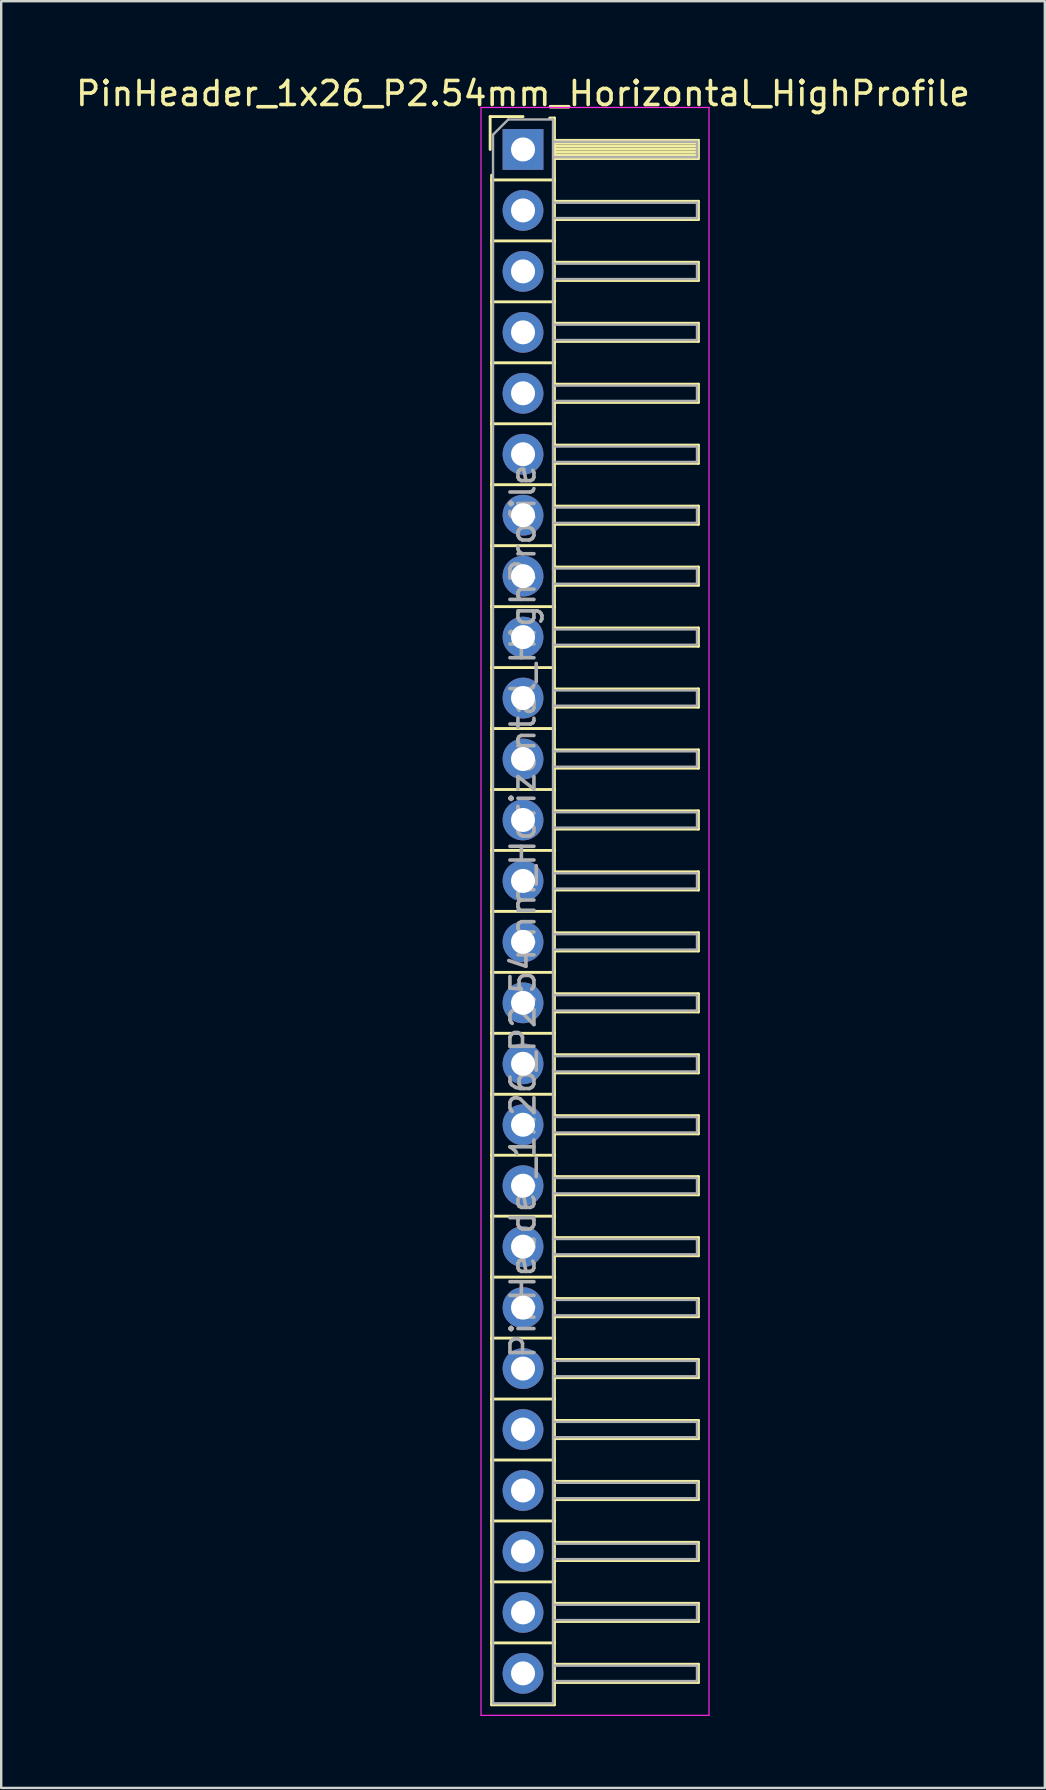
<source format=kicad_pcb>
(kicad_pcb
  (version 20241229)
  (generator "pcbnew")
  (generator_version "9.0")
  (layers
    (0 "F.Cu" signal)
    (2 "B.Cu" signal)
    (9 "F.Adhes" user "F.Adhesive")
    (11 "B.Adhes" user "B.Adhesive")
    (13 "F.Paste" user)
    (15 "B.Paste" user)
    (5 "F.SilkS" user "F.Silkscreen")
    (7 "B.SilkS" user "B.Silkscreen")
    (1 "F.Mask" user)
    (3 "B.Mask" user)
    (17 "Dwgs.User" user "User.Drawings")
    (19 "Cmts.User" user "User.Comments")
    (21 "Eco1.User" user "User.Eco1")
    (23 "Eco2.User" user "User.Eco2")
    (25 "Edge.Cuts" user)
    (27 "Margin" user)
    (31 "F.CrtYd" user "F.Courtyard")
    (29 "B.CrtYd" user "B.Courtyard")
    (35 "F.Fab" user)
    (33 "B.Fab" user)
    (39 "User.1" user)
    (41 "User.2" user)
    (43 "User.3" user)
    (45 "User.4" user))
  (footprint "PinHeader_1x26_P2.54mm_Horizontal_HighProfile"
    (layer "F.Cu")
    (at 18.744 3.178)
    (property "Reference" "PinHeader_1x26_P2.54mm_Horizontal_HighProfile" (at 0 -2.33 0) (layer "F.SilkS") (effects (font (size 1 1) (thickness 0.15))))
    (attr through_hole)
    (fp_line (start -1.37 -1.37) (end -1.37 0) (stroke (width 0.12) (type solid)) (layer "F.SilkS"))
    (fp_line (start -1.37 -1.37) (end 0 -1.37) (stroke (width 0.12) (type solid)) (layer "F.SilkS"))
    (fp_line (start -1.31 1.27) (end -1.31 1.07) (stroke (width 0.12) (type solid)) (layer "F.SilkS"))
    (fp_line (start -1.31 1.27) (end -1.31 3.81) (stroke (width 0.12) (type solid)) (layer "F.SilkS"))
    (fp_line (start -1.31 1.27) (end 1.31 1.27) (stroke (width 0.12) (type solid)) (layer "F.SilkS"))
    (fp_line (start -1.31 3.81) (end -1.31 6.35) (stroke (width 0.12) (type solid)) (layer "F.SilkS"))
    (fp_line (start -1.31 3.81) (end 1.31 3.81) (stroke (width 0.12) (type solid)) (layer "F.SilkS"))
    (fp_line (start -1.31 6.35) (end -1.31 8.89) (stroke (width 0.12) (type solid)) (layer "F.SilkS"))
    (fp_line (start -1.31 6.35) (end 1.31 6.35) (stroke (width 0.12) (type solid)) (layer "F.SilkS"))
    (fp_line (start -1.31 8.89) (end -1.31 11.43) (stroke (width 0.12) (type solid)) (layer "F.SilkS"))
    (fp_line (start -1.31 8.89) (end 1.31 8.89) (stroke (width 0.12) (type solid)) (layer "F.SilkS"))
    (fp_line (start -1.31 11.43) (end -1.31 13.97) (stroke (width 0.12) (type solid)) (layer "F.SilkS"))
    (fp_line (start -1.31 11.43) (end 1.31 11.43) (stroke (width 0.12) (type solid)) (layer "F.SilkS"))
    (fp_line (start -1.31 13.97) (end -1.31 16.51) (stroke (width 0.12) (type solid)) (layer "F.SilkS"))
    (fp_line (start -1.31 13.97) (end 1.31 13.97) (stroke (width 0.12) (type solid)) (layer "F.SilkS"))
    (fp_line (start -1.31 16.51) (end -1.31 19.05) (stroke (width 0.12) (type solid)) (layer "F.SilkS"))
    (fp_line (start -1.31 16.51) (end 1.31 16.51) (stroke (width 0.12) (type solid)) (layer "F.SilkS"))
    (fp_line (start -1.31 19.05) (end -1.31 21.59) (stroke (width 0.12) (type solid)) (layer "F.SilkS"))
    (fp_line (start -1.31 19.05) (end 1.31 19.05) (stroke (width 0.12) (type solid)) (layer "F.SilkS"))
    (fp_line (start -1.31 21.59) (end -1.31 24.13) (stroke (width 0.12) (type solid)) (layer "F.SilkS"))
    (fp_line (start -1.31 21.59) (end 1.31 21.59) (stroke (width 0.12) (type solid)) (layer "F.SilkS"))
    (fp_line (start -1.31 24.13) (end -1.31 26.67) (stroke (width 0.12) (type solid)) (layer "F.SilkS"))
    (fp_line (start -1.31 24.13) (end 1.31 24.13) (stroke (width 0.12) (type solid)) (layer "F.SilkS"))
    (fp_line (start -1.31 26.67) (end -1.31 29.21) (stroke (width 0.12) (type solid)) (layer "F.SilkS"))
    (fp_line (start -1.31 26.67) (end 1.31 26.67) (stroke (width 0.12) (type solid)) (layer "F.SilkS"))
    (fp_line (start -1.31 29.21) (end -1.31 31.75) (stroke (width 0.12) (type solid)) (layer "F.SilkS"))
    (fp_line (start -1.31 29.21) (end 1.31 29.21) (stroke (width 0.12) (type solid)) (layer "F.SilkS"))
    (fp_line (start -1.31 31.75) (end -1.31 34.29) (stroke (width 0.12) (type solid)) (layer "F.SilkS"))
    (fp_line (start -1.31 31.75) (end 1.31 31.75) (stroke (width 0.12) (type solid)) (layer "F.SilkS"))
    (fp_line (start -1.31 34.29) (end -1.31 36.83) (stroke (width 0.12) (type solid)) (layer "F.SilkS"))
    (fp_line (start -1.31 34.29) (end 1.31 34.29) (stroke (width 0.12) (type solid)) (layer "F.SilkS"))
    (fp_line (start -1.31 36.83) (end -1.31 39.37) (stroke (width 0.12) (type solid)) (layer "F.SilkS"))
    (fp_line (start -1.31 36.83) (end 1.31 36.83) (stroke (width 0.12) (type solid)) (layer "F.SilkS"))
    (fp_line (start -1.31 39.37) (end -1.31 41.91) (stroke (width 0.12) (type solid)) (layer "F.SilkS"))
    (fp_line (start -1.31 39.37) (end 1.31 39.37) (stroke (width 0.12) (type solid)) (layer "F.SilkS"))
    (fp_line (start -1.31 41.91) (end -1.31 44.45) (stroke (width 0.12) (type solid)) (layer "F.SilkS"))
    (fp_line (start -1.31 41.91) (end 1.31 41.91) (stroke (width 0.12) (type solid)) (layer "F.SilkS"))
    (fp_line (start -1.31 44.45) (end -1.31 46.99) (stroke (width 0.12) (type solid)) (layer "F.SilkS"))
    (fp_line (start -1.31 44.45) (end 1.31 44.45) (stroke (width 0.12) (type solid)) (layer "F.SilkS"))
    (fp_line (start -1.31 46.99) (end -1.31 49.53) (stroke (width 0.12) (type solid)) (layer "F.SilkS"))
    (fp_line (start -1.31 46.99) (end 1.31 46.99) (stroke (width 0.12) (type solid)) (layer "F.SilkS"))
    (fp_line (start -1.31 49.53) (end -1.31 52.07) (stroke (width 0.12) (type solid)) (layer "F.SilkS"))
    (fp_line (start -1.31 49.53) (end 1.31 49.53) (stroke (width 0.12) (type solid)) (layer "F.SilkS"))
    (fp_line (start -1.31 52.07) (end -1.31 54.61) (stroke (width 0.12) (type solid)) (layer "F.SilkS"))
    (fp_line (start -1.31 52.07) (end 1.31 52.07) (stroke (width 0.12) (type solid)) (layer "F.SilkS"))
    (fp_line (start -1.31 54.61) (end -1.31 57.15) (stroke (width 0.12) (type solid)) (layer "F.SilkS"))
    (fp_line (start -1.31 54.61) (end 1.31 54.61) (stroke (width 0.12) (type solid)) (layer "F.SilkS"))
    (fp_line (start -1.31 57.15) (end -1.31 59.69) (stroke (width 0.12) (type solid)) (layer "F.SilkS"))
    (fp_line (start -1.31 57.15) (end 1.31 57.15) (stroke (width 0.12) (type solid)) (layer "F.SilkS"))
    (fp_line (start -1.31 59.69) (end -1.31 62.23) (stroke (width 0.12) (type solid)) (layer "F.SilkS"))
    (fp_line (start -1.31 59.69) (end 1.31 59.69) (stroke (width 0.12) (type solid)) (layer "F.SilkS"))
    (fp_line (start -1.31 62.23) (end -1.31 64.81) (stroke (width 0.12) (type solid)) (layer "F.SilkS"))
    (fp_line (start -1.31 62.23) (end 1.31 62.23) (stroke (width 0.12) (type solid)) (layer "F.SilkS"))
    (fp_line (start -1.31 64.81) (end 1.31 64.81) (stroke (width 0.12) (type solid)) (layer "F.SilkS"))
    (fp_line (start 1.11 -1.31) (end 1.31 -1.31) (stroke (width 0.12) (type solid)) (layer "F.SilkS"))
    (fp_line (start 1.31 -1.31) (end 1.31 1.31) (stroke (width 0.12) (type solid)) (layer "F.SilkS"))
    (fp_line (start 1.31 -0.38) (end 7.31 -0.38) (stroke (width 0.12) (type solid)) (layer "F.SilkS"))
    (fp_line (start 1.31 -0.26) (end 7.31 -0.26) (stroke (width 0.12) (type solid)) (layer "F.SilkS"))
    (fp_line (start 1.31 -0.14) (end 7.31 -0.14) (stroke (width 0.12) (type solid)) (layer "F.SilkS"))
    (fp_line (start 1.31 -0.02) (end 7.31 -0.02) (stroke (width 0.12) (type solid)) (layer "F.SilkS"))
    (fp_line (start 1.31 0.1) (end 7.31 0.1) (stroke (width 0.12) (type solid)) (layer "F.SilkS"))
    (fp_line (start 1.31 0.22) (end 7.31 0.22) (stroke (width 0.12) (type solid)) (layer "F.SilkS"))
    (fp_line (start 1.31 0.34) (end 7.31 0.34) (stroke (width 0.12) (type solid)) (layer "F.SilkS"))
    (fp_line (start 1.31 0.38) (end 7.31 0.38) (stroke (width 0.12) (type solid)) (layer "F.SilkS"))
    (fp_line (start 1.31 1.27) (end 1.31 3.81) (stroke (width 0.12) (type solid)) (layer "F.SilkS"))
    (fp_line (start 1.31 2.16) (end 7.31 2.16) (stroke (width 0.12) (type solid)) (layer "F.SilkS"))
    (fp_line (start 1.31 2.92) (end 7.31 2.92) (stroke (width 0.12) (type solid)) (layer "F.SilkS"))
    (fp_line (start 1.31 3.81) (end 1.31 6.35) (stroke (width 0.12) (type solid)) (layer "F.SilkS"))
    (fp_line (start 1.31 4.7) (end 7.31 4.7) (stroke (width 0.12) (type solid)) (layer "F.SilkS"))
    (fp_line (start 1.31 5.46) (end 7.31 5.46) (stroke (width 0.12) (type solid)) (layer "F.SilkS"))
    (fp_line (start 1.31 6.35) (end 1.31 8.89) (stroke (width 0.12) (type solid)) (layer "F.SilkS"))
    (fp_line (start 1.31 7.24) (end 7.31 7.24) (stroke (width 0.12) (type solid)) (layer "F.SilkS"))
    (fp_line (start 1.31 8) (end 7.31 8) (stroke (width 0.12) (type solid)) (layer "F.SilkS"))
    (fp_line (start 1.31 8.89) (end 1.31 11.43) (stroke (width 0.12) (type solid)) (layer "F.SilkS"))
    (fp_line (start 1.31 9.78) (end 7.31 9.78) (stroke (width 0.12) (type solid)) (layer "F.SilkS"))
    (fp_line (start 1.31 10.54) (end 7.31 10.54) (stroke (width 0.12) (type solid)) (layer "F.SilkS"))
    (fp_line (start 1.31 11.43) (end 1.31 13.97) (stroke (width 0.12) (type solid)) (layer "F.SilkS"))
    (fp_line (start 1.31 12.32) (end 7.31 12.32) (stroke (width 0.12) (type solid)) (layer "F.SilkS"))
    (fp_line (start 1.31 13.08) (end 7.31 13.08) (stroke (width 0.12) (type solid)) (layer "F.SilkS"))
    (fp_line (start 1.31 13.97) (end 1.31 16.51) (stroke (width 0.12) (type solid)) (layer "F.SilkS"))
    (fp_line (start 1.31 14.86) (end 7.31 14.86) (stroke (width 0.12) (type solid)) (layer "F.SilkS"))
    (fp_line (start 1.31 15.62) (end 7.31 15.62) (stroke (width 0.12) (type solid)) (layer "F.SilkS"))
    (fp_line (start 1.31 16.51) (end 1.31 19.05) (stroke (width 0.12) (type solid)) (layer "F.SilkS"))
    (fp_line (start 1.31 17.4) (end 7.31 17.4) (stroke (width 0.12) (type solid)) (layer "F.SilkS"))
    (fp_line (start 1.31 18.16) (end 7.31 18.16) (stroke (width 0.12) (type solid)) (layer "F.SilkS"))
    (fp_line (start 1.31 19.05) (end 1.31 21.59) (stroke (width 0.12) (type solid)) (layer "F.SilkS"))
    (fp_line (start 1.31 19.94) (end 7.31 19.94) (stroke (width 0.12) (type solid)) (layer "F.SilkS"))
    (fp_line (start 1.31 20.7) (end 7.31 20.7) (stroke (width 0.12) (type solid)) (layer "F.SilkS"))
    (fp_line (start 1.31 21.59) (end 1.31 24.13) (stroke (width 0.12) (type solid)) (layer "F.SilkS"))
    (fp_line (start 1.31 22.48) (end 7.31 22.48) (stroke (width 0.12) (type solid)) (layer "F.SilkS"))
    (fp_line (start 1.31 23.24) (end 7.31 23.24) (stroke (width 0.12) (type solid)) (layer "F.SilkS"))
    (fp_line (start 1.31 24.13) (end 1.31 26.67) (stroke (width 0.12) (type solid)) (layer "F.SilkS"))
    (fp_line (start 1.31 25.02) (end 7.31 25.02) (stroke (width 0.12) (type solid)) (layer "F.SilkS"))
    (fp_line (start 1.31 25.78) (end 7.31 25.78) (stroke (width 0.12) (type solid)) (layer "F.SilkS"))
    (fp_line (start 1.31 26.67) (end 1.31 29.21) (stroke (width 0.12) (type solid)) (layer "F.SilkS"))
    (fp_line (start 1.31 27.56) (end 7.31 27.56) (stroke (width 0.12) (type solid)) (layer "F.SilkS"))
    (fp_line (start 1.31 28.32) (end 7.31 28.32) (stroke (width 0.12) (type solid)) (layer "F.SilkS"))
    (fp_line (start 1.31 29.21) (end 1.31 31.75) (stroke (width 0.12) (type solid)) (layer "F.SilkS"))
    (fp_line (start 1.31 30.1) (end 7.31 30.1) (stroke (width 0.12) (type solid)) (layer "F.SilkS"))
    (fp_line (start 1.31 30.86) (end 7.31 30.86) (stroke (width 0.12) (type solid)) (layer "F.SilkS"))
    (fp_line (start 1.31 31.75) (end 1.31 34.29) (stroke (width 0.12) (type solid)) (layer "F.SilkS"))
    (fp_line (start 1.31 32.64) (end 7.31 32.64) (stroke (width 0.12) (type solid)) (layer "F.SilkS"))
    (fp_line (start 1.31 33.4) (end 7.31 33.4) (stroke (width 0.12) (type solid)) (layer "F.SilkS"))
    (fp_line (start 1.31 34.29) (end 1.31 36.83) (stroke (width 0.12) (type solid)) (layer "F.SilkS"))
    (fp_line (start 1.31 35.18) (end 7.31 35.18) (stroke (width 0.12) (type solid)) (layer "F.SilkS"))
    (fp_line (start 1.31 35.94) (end 7.31 35.94) (stroke (width 0.12) (type solid)) (layer "F.SilkS"))
    (fp_line (start 1.31 36.83) (end 1.31 39.37) (stroke (width 0.12) (type solid)) (layer "F.SilkS"))
    (fp_line (start 1.31 37.72) (end 7.31 37.72) (stroke (width 0.12) (type solid)) (layer "F.SilkS"))
    (fp_line (start 1.31 38.48) (end 7.31 38.48) (stroke (width 0.12) (type solid)) (layer "F.SilkS"))
    (fp_line (start 1.31 39.37) (end 1.31 41.91) (stroke (width 0.12) (type solid)) (layer "F.SilkS"))
    (fp_line (start 1.31 40.26) (end 7.31 40.26) (stroke (width 0.12) (type solid)) (layer "F.SilkS"))
    (fp_line (start 1.31 41.02) (end 7.31 41.02) (stroke (width 0.12) (type solid)) (layer "F.SilkS"))
    (fp_line (start 1.31 41.91) (end 1.31 44.45) (stroke (width 0.12) (type solid)) (layer "F.SilkS"))
    (fp_line (start 1.31 42.8) (end 7.31 42.8) (stroke (width 0.12) (type solid)) (layer "F.SilkS"))
    (fp_line (start 1.31 43.56) (end 7.31 43.56) (stroke (width 0.12) (type solid)) (layer "F.SilkS"))
    (fp_line (start 1.31 44.45) (end 1.31 46.99) (stroke (width 0.12) (type solid)) (layer "F.SilkS"))
    (fp_line (start 1.31 45.34) (end 7.31 45.34) (stroke (width 0.12) (type solid)) (layer "F.SilkS"))
    (fp_line (start 1.31 46.1) (end 7.31 46.1) (stroke (width 0.12) (type solid)) (layer "F.SilkS"))
    (fp_line (start 1.31 46.99) (end 1.31 49.53) (stroke (width 0.12) (type solid)) (layer "F.SilkS"))
    (fp_line (start 1.31 47.88) (end 7.31 47.88) (stroke (width 0.12) (type solid)) (layer "F.SilkS"))
    (fp_line (start 1.31 48.64) (end 7.31 48.64) (stroke (width 0.12) (type solid)) (layer "F.SilkS"))
    (fp_line (start 1.31 49.53) (end 1.31 52.07) (stroke (width 0.12) (type solid)) (layer "F.SilkS"))
    (fp_line (start 1.31 50.42) (end 7.31 50.42) (stroke (width 0.12) (type solid)) (layer "F.SilkS"))
    (fp_line (start 1.31 51.18) (end 7.31 51.18) (stroke (width 0.12) (type solid)) (layer "F.SilkS"))
    (fp_line (start 1.31 52.07) (end 1.31 54.61) (stroke (width 0.12) (type solid)) (layer "F.SilkS"))
    (fp_line (start 1.31 52.96) (end 7.31 52.96) (stroke (width 0.12) (type solid)) (layer "F.SilkS"))
    (fp_line (start 1.31 53.72) (end 7.31 53.72) (stroke (width 0.12) (type solid)) (layer "F.SilkS"))
    (fp_line (start 1.31 54.61) (end 1.31 57.15) (stroke (width 0.12) (type solid)) (layer "F.SilkS"))
    (fp_line (start 1.31 55.5) (end 7.31 55.5) (stroke (width 0.12) (type solid)) (layer "F.SilkS"))
    (fp_line (start 1.31 56.26) (end 7.31 56.26) (stroke (width 0.12) (type solid)) (layer "F.SilkS"))
    (fp_line (start 1.31 57.15) (end 1.31 59.69) (stroke (width 0.12) (type solid)) (layer "F.SilkS"))
    (fp_line (start 1.31 58.04) (end 7.31 58.04) (stroke (width 0.12) (type solid)) (layer "F.SilkS"))
    (fp_line (start 1.31 58.8) (end 7.31 58.8) (stroke (width 0.12) (type solid)) (layer "F.SilkS"))
    (fp_line (start 1.31 59.69) (end 1.31 62.23) (stroke (width 0.12) (type solid)) (layer "F.SilkS"))
    (fp_line (start 1.31 60.58) (end 7.31 60.58) (stroke (width 0.12) (type solid)) (layer "F.SilkS"))
    (fp_line (start 1.31 61.34) (end 7.31 61.34) (stroke (width 0.12) (type solid)) (layer "F.SilkS"))
    (fp_line (start 1.31 62.23) (end 1.31 64.81) (stroke (width 0.12) (type solid)) (layer "F.SilkS"))
    (fp_line (start 1.31 63.12) (end 7.31 63.12) (stroke (width 0.12) (type solid)) (layer "F.SilkS"))
    (fp_line (start 1.31 63.88) (end 7.31 63.88) (stroke (width 0.12) (type solid)) (layer "F.SilkS"))
    (fp_line (start 7.31 -0.38) (end 7.31 0.38) (stroke (width 0.12) (type solid)) (layer "F.SilkS"))
    (fp_line (start 7.31 2.16) (end 7.31 2.92) (stroke (width 0.12) (type solid)) (layer "F.SilkS"))
    (fp_line (start 7.31 4.7) (end 7.31 5.46) (stroke (width 0.12) (type solid)) (layer "F.SilkS"))
    (fp_line (start 7.31 7.24) (end 7.31 8) (stroke (width 0.12) (type solid)) (layer "F.SilkS"))
    (fp_line (start 7.31 9.78) (end 7.31 10.54) (stroke (width 0.12) (type solid)) (layer "F.SilkS"))
    (fp_line (start 7.31 12.32) (end 7.31 13.08) (stroke (width 0.12) (type solid)) (layer "F.SilkS"))
    (fp_line (start 7.31 14.86) (end 7.31 15.62) (stroke (width 0.12) (type solid)) (layer "F.SilkS"))
    (fp_line (start 7.31 17.4) (end 7.31 18.16) (stroke (width 0.12) (type solid)) (layer "F.SilkS"))
    (fp_line (start 7.31 19.94) (end 7.31 20.7) (stroke (width 0.12) (type solid)) (layer "F.SilkS"))
    (fp_line (start 7.31 22.48) (end 7.31 23.24) (stroke (width 0.12) (type solid)) (layer "F.SilkS"))
    (fp_line (start 7.31 25.02) (end 7.31 25.78) (stroke (width 0.12) (type solid)) (layer "F.SilkS"))
    (fp_line (start 7.31 27.56) (end 7.31 28.32) (stroke (width 0.12) (type solid)) (layer "F.SilkS"))
    (fp_line (start 7.31 30.1) (end 7.31 30.86) (stroke (width 0.12) (type solid)) (layer "F.SilkS"))
    (fp_line (start 7.31 32.64) (end 7.31 33.4) (stroke (width 0.12) (type solid)) (layer "F.SilkS"))
    (fp_line (start 7.31 35.18) (end 7.31 35.94) (stroke (width 0.12) (type solid)) (layer "F.SilkS"))
    (fp_line (start 7.31 37.72) (end 7.31 38.48) (stroke (width 0.12) (type solid)) (layer "F.SilkS"))
    (fp_line (start 7.31 40.26) (end 7.31 41.02) (stroke (width 0.12) (type solid)) (layer "F.SilkS"))
    (fp_line (start 7.31 42.8) (end 7.31 43.56) (stroke (width 0.12) (type solid)) (layer "F.SilkS"))
    (fp_line (start 7.31 45.34) (end 7.31 46.1) (stroke (width 0.12) (type solid)) (layer "F.SilkS"))
    (fp_line (start 7.31 47.88) (end 7.31 48.64) (stroke (width 0.12) (type solid)) (layer "F.SilkS"))
    (fp_line (start 7.31 50.42) (end 7.31 51.18) (stroke (width 0.12) (type solid)) (layer "F.SilkS"))
    (fp_line (start 7.31 52.96) (end 7.31 53.72) (stroke (width 0.12) (type solid)) (layer "F.SilkS"))
    (fp_line (start 7.31 55.5) (end 7.31 56.26) (stroke (width 0.12) (type solid)) (layer "F.SilkS"))
    (fp_line (start 7.31 58.04) (end 7.31 58.8) (stroke (width 0.12) (type solid)) (layer "F.SilkS"))
    (fp_line (start 7.31 60.58) (end 7.31 61.34) (stroke (width 0.12) (type solid)) (layer "F.SilkS"))
    (fp_line (start 7.31 63.12) (end 7.31 63.88) (stroke (width 0.12) (type solid)) (layer "F.SilkS"))
    (fp_line (start -1.75 -1.75) (end -1.75 65.25) (stroke (width 0.05) (type solid)) (layer "F.CrtYd"))
    (fp_line (start -1.75 -1.75) (end 7.75 -1.75) (stroke (width 0.05) (type solid)) (layer "F.CrtYd"))
    (fp_line (start -1.75 65.25) (end 7.75 65.25) (stroke (width 0.05) (type solid)) (layer "F.CrtYd"))
    (fp_line (start 7.75 -1.75) (end 7.75 65.25) (stroke (width 0.05) (type solid)) (layer "F.CrtYd"))
    (fp_line (start -1.25 -0.615) (end -1.25 64.75) (stroke (width 0.1) (type solid)) (layer "F.Fab"))
    (fp_line (start -1.25 -0.615) (end -0.615 -1.25) (stroke (width 0.1) (type solid)) (layer "F.Fab"))
    (fp_line (start -1.25 64.75) (end 1.25 64.75) (stroke (width 0.1) (type solid)) (layer "F.Fab"))
    (fp_line (start -0.615 -1.25) (end 1.25 -1.25) (stroke (width 0.1) (type solid)) (layer "F.Fab"))
    (fp_line (start 1.25 -1.25) (end 1.25 64.75) (stroke (width 0.1) (type solid)) (layer "F.Fab"))
    (fp_line (start 1.25 -0.32) (end 7.25 -0.32) (stroke (width 0.1) (type solid)) (layer "F.Fab"))
    (fp_line (start 1.25 0.32) (end 7.25 0.32) (stroke (width 0.1) (type solid)) (layer "F.Fab"))
    (fp_line (start 1.25 2.22) (end 7.25 2.22) (stroke (width 0.1) (type solid)) (layer "F.Fab"))
    (fp_line (start 1.25 2.86) (end 7.25 2.86) (stroke (width 0.1) (type solid)) (layer "F.Fab"))
    (fp_line (start 1.25 4.76) (end 7.25 4.76) (stroke (width 0.1) (type solid)) (layer "F.Fab"))
    (fp_line (start 1.25 5.4) (end 7.25 5.4) (stroke (width 0.1) (type solid)) (layer "F.Fab"))
    (fp_line (start 1.25 7.3) (end 7.25 7.3) (stroke (width 0.1) (type solid)) (layer "F.Fab"))
    (fp_line (start 1.25 7.94) (end 7.25 7.94) (stroke (width 0.1) (type solid)) (layer "F.Fab"))
    (fp_line (start 1.25 9.84) (end 7.25 9.84) (stroke (width 0.1) (type solid)) (layer "F.Fab"))
    (fp_line (start 1.25 10.48) (end 7.25 10.48) (stroke (width 0.1) (type solid)) (layer "F.Fab"))
    (fp_line (start 1.25 12.38) (end 7.25 12.38) (stroke (width 0.1) (type solid)) (layer "F.Fab"))
    (fp_line (start 1.25 13.02) (end 7.25 13.02) (stroke (width 0.1) (type solid)) (layer "F.Fab"))
    (fp_line (start 1.25 14.92) (end 7.25 14.92) (stroke (width 0.1) (type solid)) (layer "F.Fab"))
    (fp_line (start 1.25 15.56) (end 7.25 15.56) (stroke (width 0.1) (type solid)) (layer "F.Fab"))
    (fp_line (start 1.25 17.46) (end 7.25 17.46) (stroke (width 0.1) (type solid)) (layer "F.Fab"))
    (fp_line (start 1.25 18.1) (end 7.25 18.1) (stroke (width 0.1) (type solid)) (layer "F.Fab"))
    (fp_line (start 1.25 20) (end 7.25 20) (stroke (width 0.1) (type solid)) (layer "F.Fab"))
    (fp_line (start 1.25 20.64) (end 7.25 20.64) (stroke (width 0.1) (type solid)) (layer "F.Fab"))
    (fp_line (start 1.25 22.54) (end 7.25 22.54) (stroke (width 0.1) (type solid)) (layer "F.Fab"))
    (fp_line (start 1.25 23.18) (end 7.25 23.18) (stroke (width 0.1) (type solid)) (layer "F.Fab"))
    (fp_line (start 1.25 25.08) (end 7.25 25.08) (stroke (width 0.1) (type solid)) (layer "F.Fab"))
    (fp_line (start 1.25 25.72) (end 7.25 25.72) (stroke (width 0.1) (type solid)) (layer "F.Fab"))
    (fp_line (start 1.25 27.62) (end 7.25 27.62) (stroke (width 0.1) (type solid)) (layer "F.Fab"))
    (fp_line (start 1.25 28.26) (end 7.25 28.26) (stroke (width 0.1) (type solid)) (layer "F.Fab"))
    (fp_line (start 1.25 30.16) (end 7.25 30.16) (stroke (width 0.1) (type solid)) (layer "F.Fab"))
    (fp_line (start 1.25 30.8) (end 7.25 30.8) (stroke (width 0.1) (type solid)) (layer "F.Fab"))
    (fp_line (start 1.25 32.7) (end 7.25 32.7) (stroke (width 0.1) (type solid)) (layer "F.Fab"))
    (fp_line (start 1.25 33.34) (end 7.25 33.34) (stroke (width 0.1) (type solid)) (layer "F.Fab"))
    (fp_line (start 1.25 35.24) (end 7.25 35.24) (stroke (width 0.1) (type solid)) (layer "F.Fab"))
    (fp_line (start 1.25 35.88) (end 7.25 35.88) (stroke (width 0.1) (type solid)) (layer "F.Fab"))
    (fp_line (start 1.25 37.78) (end 7.25 37.78) (stroke (width 0.1) (type solid)) (layer "F.Fab"))
    (fp_line (start 1.25 38.42) (end 7.25 38.42) (stroke (width 0.1) (type solid)) (layer "F.Fab"))
    (fp_line (start 1.25 40.32) (end 7.25 40.32) (stroke (width 0.1) (type solid)) (layer "F.Fab"))
    (fp_line (start 1.25 40.96) (end 7.25 40.96) (stroke (width 0.1) (type solid)) (layer "F.Fab"))
    (fp_line (start 1.25 42.86) (end 7.25 42.86) (stroke (width 0.1) (type solid)) (layer "F.Fab"))
    (fp_line (start 1.25 43.5) (end 7.25 43.5) (stroke (width 0.1) (type solid)) (layer "F.Fab"))
    (fp_line (start 1.25 45.4) (end 7.25 45.4) (stroke (width 0.1) (type solid)) (layer "F.Fab"))
    (fp_line (start 1.25 46.04) (end 7.25 46.04) (stroke (width 0.1) (type solid)) (layer "F.Fab"))
    (fp_line (start 1.25 47.94) (end 7.25 47.94) (stroke (width 0.1) (type solid)) (layer "F.Fab"))
    (fp_line (start 1.25 48.58) (end 7.25 48.58) (stroke (width 0.1) (type solid)) (layer "F.Fab"))
    (fp_line (start 1.25 50.48) (end 7.25 50.48) (stroke (width 0.1) (type solid)) (layer "F.Fab"))
    (fp_line (start 1.25 51.12) (end 7.25 51.12) (stroke (width 0.1) (type solid)) (layer "F.Fab"))
    (fp_line (start 1.25 53.02) (end 7.25 53.02) (stroke (width 0.1) (type solid)) (layer "F.Fab"))
    (fp_line (start 1.25 53.66) (end 7.25 53.66) (stroke (width 0.1) (type solid)) (layer "F.Fab"))
    (fp_line (start 1.25 55.56) (end 7.25 55.56) (stroke (width 0.1) (type solid)) (layer "F.Fab"))
    (fp_line (start 1.25 56.2) (end 7.25 56.2) (stroke (width 0.1) (type solid)) (layer "F.Fab"))
    (fp_line (start 1.25 58.1) (end 7.25 58.1) (stroke (width 0.1) (type solid)) (layer "F.Fab"))
    (fp_line (start 1.25 58.74) (end 7.25 58.74) (stroke (width 0.1) (type solid)) (layer "F.Fab"))
    (fp_line (start 1.25 60.64) (end 7.25 60.64) (stroke (width 0.1) (type solid)) (layer "F.Fab"))
    (fp_line (start 1.25 61.28) (end 7.25 61.28) (stroke (width 0.1) (type solid)) (layer "F.Fab"))
    (fp_line (start 1.25 63.18) (end 7.25 63.18) (stroke (width 0.1) (type solid)) (layer "F.Fab"))
    (fp_line (start 1.25 63.82) (end 7.25 63.82) (stroke (width 0.1) (type solid)) (layer "F.Fab"))
    (fp_line (start 7.25 -0.32) (end 7.25 0.32) (stroke (width 0.1) (type solid)) (layer "F.Fab"))
    (fp_line (start 7.25 2.22) (end 7.25 2.86) (stroke (width 0.1) (type solid)) (layer "F.Fab"))
    (fp_line (start 7.25 4.76) (end 7.25 5.4) (stroke (width 0.1) (type solid)) (layer "F.Fab"))
    (fp_line (start 7.25 7.3) (end 7.25 7.94) (stroke (width 0.1) (type solid)) (layer "F.Fab"))
    (fp_line (start 7.25 9.84) (end 7.25 10.48) (stroke (width 0.1) (type solid)) (layer "F.Fab"))
    (fp_line (start 7.25 12.38) (end 7.25 13.02) (stroke (width 0.1) (type solid)) (layer "F.Fab"))
    (fp_line (start 7.25 14.92) (end 7.25 15.56) (stroke (width 0.1) (type solid)) (layer "F.Fab"))
    (fp_line (start 7.25 17.46) (end 7.25 18.1) (stroke (width 0.1) (type solid)) (layer "F.Fab"))
    (fp_line (start 7.25 20) (end 7.25 20.64) (stroke (width 0.1) (type solid)) (layer "F.Fab"))
    (fp_line (start 7.25 22.54) (end 7.25 23.18) (stroke (width 0.1) (type solid)) (layer "F.Fab"))
    (fp_line (start 7.25 25.08) (end 7.25 25.72) (stroke (width 0.1) (type solid)) (layer "F.Fab"))
    (fp_line (start 7.25 27.62) (end 7.25 28.26) (stroke (width 0.1) (type solid)) (layer "F.Fab"))
    (fp_line (start 7.25 30.16) (end 7.25 30.8) (stroke (width 0.1) (type solid)) (layer "F.Fab"))
    (fp_line (start 7.25 32.7) (end 7.25 33.34) (stroke (width 0.1) (type solid)) (layer "F.Fab"))
    (fp_line (start 7.25 35.24) (end 7.25 35.88) (stroke (width 0.1) (type solid)) (layer "F.Fab"))
    (fp_line (start 7.25 37.78) (end 7.25 38.42) (stroke (width 0.1) (type solid)) (layer "F.Fab"))
    (fp_line (start 7.25 40.32) (end 7.25 40.96) (stroke (width 0.1) (type solid)) (layer "F.Fab"))
    (fp_line (start 7.25 42.86) (end 7.25 43.5) (stroke (width 0.1) (type solid)) (layer "F.Fab"))
    (fp_line (start 7.25 45.4) (end 7.25 46.04) (stroke (width 0.1) (type solid)) (layer "F.Fab"))
    (fp_line (start 7.25 47.94) (end 7.25 48.58) (stroke (width 0.1) (type solid)) (layer "F.Fab"))
    (fp_line (start 7.25 50.48) (end 7.25 51.12) (stroke (width 0.1) (type solid)) (layer "F.Fab"))
    (fp_line (start 7.25 53.02) (end 7.25 53.66) (stroke (width 0.1) (type solid)) (layer "F.Fab"))
    (fp_line (start 7.25 55.56) (end 7.25 56.2) (stroke (width 0.1) (type solid)) (layer "F.Fab"))
    (fp_line (start 7.25 58.1) (end 7.25 58.74) (stroke (width 0.1) (type solid)) (layer "F.Fab"))
    (fp_line (start 7.25 60.64) (end 7.25 61.28) (stroke (width 0.1) (type solid)) (layer "F.Fab"))
    (fp_line (start 7.25 63.18) (end 7.25 63.82) (stroke (width 0.1) (type solid)) (layer "F.Fab"))
    (fp_text user "${REFERENCE}" (at 0 31.75 90) (layer "F.Fab") (effects (font (size 1 1) (thickness 0.15))))
    (pad "1" thru_hole rect (at 0 0) (size 1.7 1.7) (drill 1) (layers "*.Cu" "*.Mask"))
    (pad "2" thru_hole oval (at 0 2.54) (size 1.7 1.7) (drill 1) (layers "*.Cu" "*.Mask"))
    (pad "3" thru_hole oval (at 0 5.08) (size 1.7 1.7) (drill 1) (layers "*.Cu" "*.Mask"))
    (pad "4" thru_hole oval (at 0 7.62) (size 1.7 1.7) (drill 1) (layers "*.Cu" "*.Mask"))
    (pad "5" thru_hole oval (at 0 10.16) (size 1.7 1.7) (drill 1) (layers "*.Cu" "*.Mask"))
    (pad "6" thru_hole oval (at 0 12.7) (size 1.7 1.7) (drill 1) (layers "*.Cu" "*.Mask"))
    (pad "7" thru_hole oval (at 0 15.24) (size 1.7 1.7) (drill 1) (layers "*.Cu" "*.Mask"))
    (pad "8" thru_hole oval (at 0 17.78) (size 1.7 1.7) (drill 1) (layers "*.Cu" "*.Mask"))
    (pad "9" thru_hole oval (at 0 20.32) (size 1.7 1.7) (drill 1) (layers "*.Cu" "*.Mask"))
    (pad "10" thru_hole oval (at 0 22.86) (size 1.7 1.7) (drill 1) (layers "*.Cu" "*.Mask"))
    (pad "11" thru_hole oval (at 0 25.4) (size 1.7 1.7) (drill 1) (layers "*.Cu" "*.Mask"))
    (pad "12" thru_hole oval (at 0 27.94) (size 1.7 1.7) (drill 1) (layers "*.Cu" "*.Mask"))
    (pad "13" thru_hole oval (at 0 30.48) (size 1.7 1.7) (drill 1) (layers "*.Cu" "*.Mask"))
    (pad "14" thru_hole oval (at 0 33.02) (size 1.7 1.7) (drill 1) (layers "*.Cu" "*.Mask"))
    (pad "15" thru_hole oval (at 0 35.56) (size 1.7 1.7) (drill 1) (layers "*.Cu" "*.Mask"))
    (pad "16" thru_hole oval (at 0 38.1) (size 1.7 1.7) (drill 1) (layers "*.Cu" "*.Mask"))
    (pad "17" thru_hole oval (at 0 40.64) (size 1.7 1.7) (drill 1) (layers "*.Cu" "*.Mask"))
    (pad "18" thru_hole oval (at 0 43.18) (size 1.7 1.7) (drill 1) (layers "*.Cu" "*.Mask"))
    (pad "19" thru_hole oval (at 0 45.72) (size 1.7 1.7) (drill 1) (layers "*.Cu" "*.Mask"))
    (pad "20" thru_hole oval (at 0 48.26) (size 1.7 1.7) (drill 1) (layers "*.Cu" "*.Mask"))
    (pad "21" thru_hole oval (at 0 50.8) (size 1.7 1.7) (drill 1) (layers "*.Cu" "*.Mask"))
    (pad "22" thru_hole oval (at 0 53.34) (size 1.7 1.7) (drill 1) (layers "*.Cu" "*.Mask"))
    (pad "23" thru_hole oval (at 0 55.88) (size 1.7 1.7) (drill 1) (layers "*.Cu" "*.Mask"))
    (pad "24" thru_hole oval (at 0 58.42) (size 1.7 1.7) (drill 1) (layers "*.Cu" "*.Mask"))
    (pad "25" thru_hole oval (at 0 60.96) (size 1.7 1.7) (drill 1) (layers "*.Cu" "*.Mask"))
    (pad "26" thru_hole oval (at 0 63.5) (size 1.7 1.7) (drill 1) (layers "*.Cu" "*.Mask")))
  (gr_rect
    (start -3 -3)
    (end 40.488 71.453)
    (stroke (width 0.1) (type default))
    (fill no)
    (layer "Edge.Cuts")))
</source>
